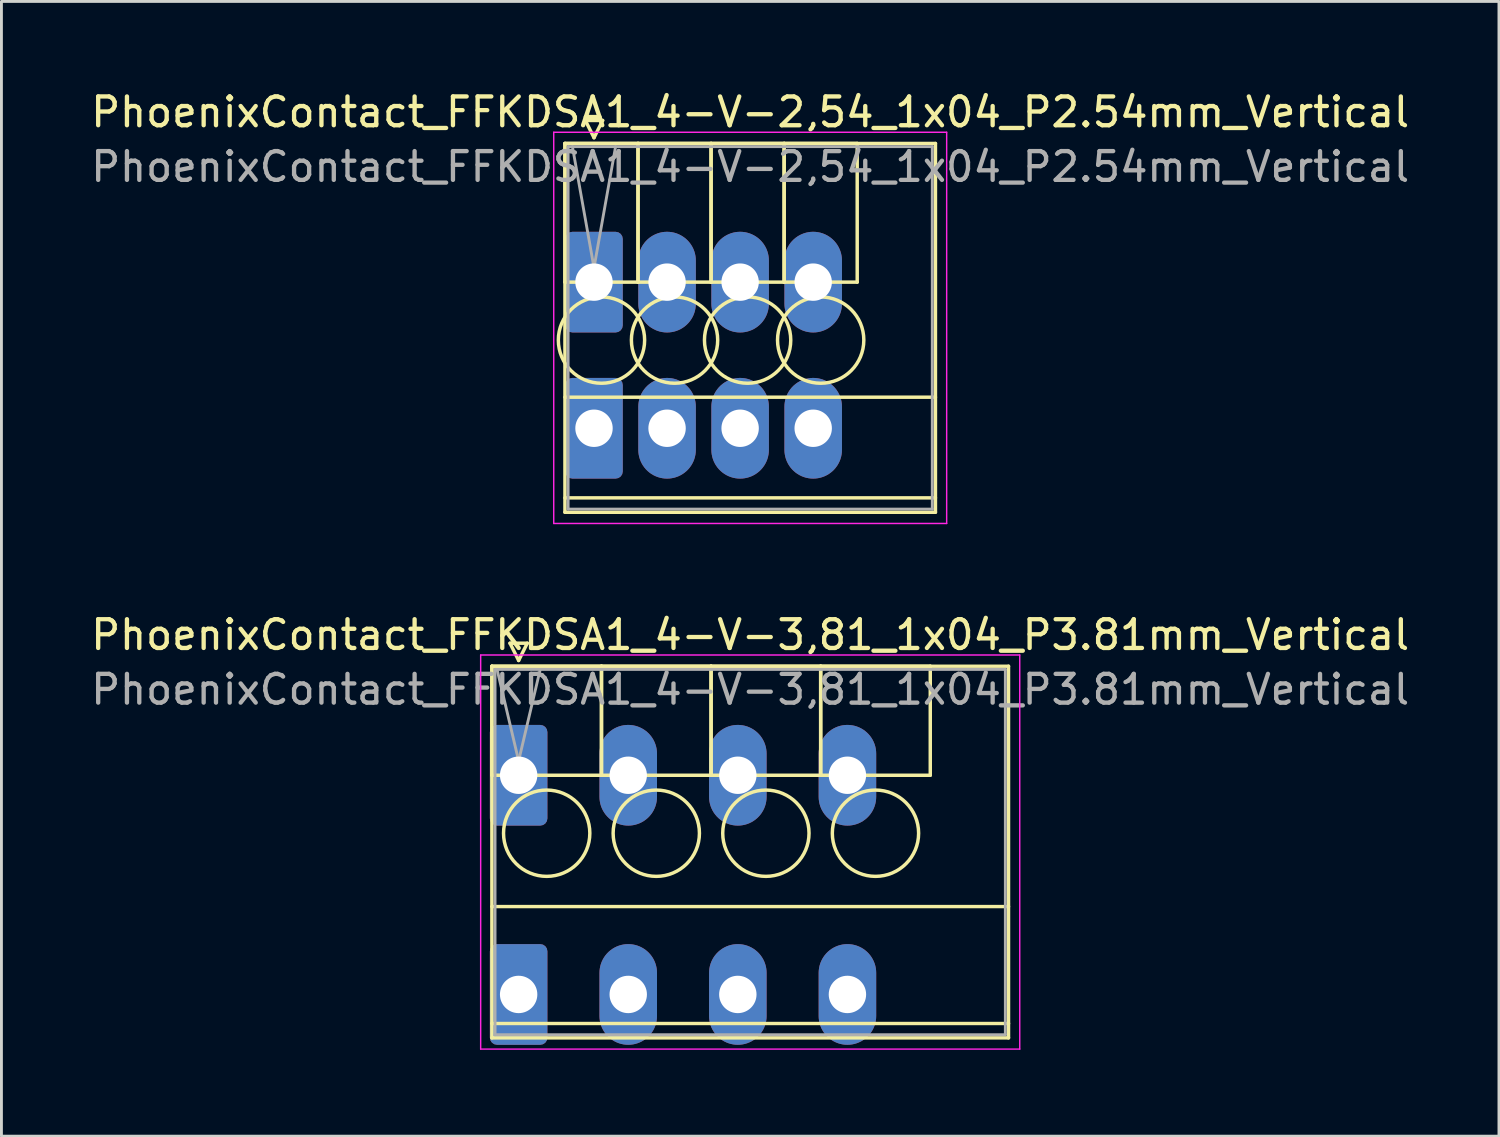
<source format=kicad_pcb>
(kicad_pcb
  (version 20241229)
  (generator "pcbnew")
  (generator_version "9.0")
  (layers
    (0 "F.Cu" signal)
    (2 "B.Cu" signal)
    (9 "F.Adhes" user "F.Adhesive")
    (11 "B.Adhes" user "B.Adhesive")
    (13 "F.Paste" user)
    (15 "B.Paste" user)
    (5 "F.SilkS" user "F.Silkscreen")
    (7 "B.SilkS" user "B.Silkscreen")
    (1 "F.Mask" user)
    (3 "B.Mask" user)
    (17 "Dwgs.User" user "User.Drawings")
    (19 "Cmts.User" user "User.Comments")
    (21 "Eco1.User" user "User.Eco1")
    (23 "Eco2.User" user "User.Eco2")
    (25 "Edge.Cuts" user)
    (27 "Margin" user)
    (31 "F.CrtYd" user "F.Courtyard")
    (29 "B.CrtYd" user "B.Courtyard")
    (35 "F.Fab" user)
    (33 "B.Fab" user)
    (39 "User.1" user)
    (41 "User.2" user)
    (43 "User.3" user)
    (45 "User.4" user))
  (footprint "PhoenixContact_FFKDSA1_4-V-2,54_1x04_P2.54mm_Vertical"
    (layer "F.Cu")
    (at 17.6 6.758)
    (property "Reference" "PhoenixContact_FFKDSA1_4-V-2,54_1x04_P2.54mm_Vertical" (at 5.43 -5.91 0) (layer "F.SilkS") (effects (font (size 1 1) (thickness 0.15))))
    (attr through_hole)
    (fp_line (start -1.01 -4.82) (end -1.01 0) (stroke (width 0.12) (type solid)) (layer "F.SilkS"))
    (fp_line (start -1.01 -4.82) (end -1.01 8) (stroke (width 0.12) (type solid)) (layer "F.SilkS"))
    (fp_line (start -1.01 0) (end 1.53 0) (stroke (width 0.12) (type solid)) (layer "F.SilkS"))
    (fp_line (start -1.01 4) (end 11.87 4) (stroke (width 0.12) (type solid)) (layer "F.SilkS"))
    (fp_line (start -1.01 7.5) (end 11.87 7.5) (stroke (width 0.12) (type solid)) (layer "F.SilkS"))
    (fp_line (start -1.01 8) (end 11.87 8) (stroke (width 0.12) (type solid)) (layer "F.SilkS"))
    (fp_line (start -0.3 -5.62) (end 0.3 -5.62) (stroke (width 0.12) (type solid)) (layer "F.SilkS"))
    (fp_line (start 0 -5.02) (end -0.3 -5.62) (stroke (width 0.12) (type solid)) (layer "F.SilkS"))
    (fp_line (start 0.3 -5.62) (end 0 -5.02) (stroke (width 0.12) (type solid)) (layer "F.SilkS"))
    (fp_line (start 1.53 -4.82) (end -1.01 -4.82) (stroke (width 0.12) (type solid)) (layer "F.SilkS"))
    (fp_line (start 1.53 -4.82) (end 1.53 0) (stroke (width 0.12) (type solid)) (layer "F.SilkS"))
    (fp_line (start 1.53 0) (end 1.53 -4.82) (stroke (width 0.12) (type solid)) (layer "F.SilkS"))
    (fp_line (start 1.53 0) (end 4.07 0) (stroke (width 0.12) (type solid)) (layer "F.SilkS"))
    (fp_line (start 4.07 -4.82) (end 1.53 -4.82) (stroke (width 0.12) (type solid)) (layer "F.SilkS"))
    (fp_line (start 4.07 -4.82) (end 4.07 0) (stroke (width 0.12) (type solid)) (layer "F.SilkS"))
    (fp_line (start 4.07 0) (end 4.07 -4.82) (stroke (width 0.12) (type solid)) (layer "F.SilkS"))
    (fp_line (start 4.07 0) (end 6.61 0) (stroke (width 0.12) (type solid)) (layer "F.SilkS"))
    (fp_line (start 6.61 -4.82) (end 4.07 -4.82) (stroke (width 0.12) (type solid)) (layer "F.SilkS"))
    (fp_line (start 6.61 -4.82) (end 6.61 0) (stroke (width 0.12) (type solid)) (layer "F.SilkS"))
    (fp_line (start 6.61 0) (end 6.61 -4.82) (stroke (width 0.12) (type solid)) (layer "F.SilkS"))
    (fp_line (start 6.61 0) (end 9.15 0) (stroke (width 0.12) (type solid)) (layer "F.SilkS"))
    (fp_line (start 9.15 -4.82) (end 6.61 -4.82) (stroke (width 0.12) (type solid)) (layer "F.SilkS"))
    (fp_line (start 9.15 0) (end 9.15 -4.82) (stroke (width 0.12) (type solid)) (layer "F.SilkS"))
    (fp_line (start 11.87 -4.82) (end -1.01 -4.82) (stroke (width 0.12) (type solid)) (layer "F.SilkS"))
    (fp_line (start 11.87 8) (end 11.87 -4.82) (stroke (width 0.12) (type solid)) (layer "F.SilkS"))
    (fp_circle (center 0.26 2.015) (end 1.76 2.015) (stroke (width 0.12) (type solid)) (fill no) (layer "F.SilkS"))
    (fp_circle (center 2.8 2.015) (end 4.3 2.015) (stroke (width 0.12) (type solid)) (fill no) (layer "F.SilkS"))
    (fp_circle (center 5.34 2.015) (end 6.84 2.015) (stroke (width 0.12) (type solid)) (fill no) (layer "F.SilkS"))
    (fp_circle (center 7.88 2.015) (end 9.38 2.015) (stroke (width 0.12) (type solid)) (fill no) (layer "F.SilkS"))
    (fp_line (start -1.4 -5.21) (end -1.4 8.39) (stroke (width 0.05) (type solid)) (layer "F.CrtYd"))
    (fp_line (start -1.4 8.39) (end 12.26 8.39) (stroke (width 0.05) (type solid)) (layer "F.CrtYd"))
    (fp_line (start 12.26 -5.21) (end -1.4 -5.21) (stroke (width 0.05) (type solid)) (layer "F.CrtYd"))
    (fp_line (start 12.26 8.39) (end 12.26 -5.21) (stroke (width 0.05) (type solid)) (layer "F.CrtYd"))
    (fp_line (start -0.9 -4.71) (end -0.9 7.89) (stroke (width 0.1) (type solid)) (layer "F.Fab"))
    (fp_line (start -0.9 7.89) (end 11.76 7.89) (stroke (width 0.1) (type solid)) (layer "F.Fab"))
    (fp_line (start 0 -0.5) (end -0.75 -4.71) (stroke (width 0.1) (type solid)) (layer "F.Fab"))
    (fp_line (start 0.75 -4.71) (end 0 -0.5) (stroke (width 0.1) (type solid)) (layer "F.Fab"))
    (fp_line (start 11.76 -4.71) (end -0.9 -4.71) (stroke (width 0.1) (type solid)) (layer "F.Fab"))
    (fp_line (start 11.76 7.89) (end 11.76 -4.71) (stroke (width 0.1) (type solid)) (layer "F.Fab"))
    (fp_text user "${REFERENCE}" (at 5.43 -4.01 0) (layer "F.Fab") (effects (font (size 1 1) (thickness 0.15))))
    (pad "1" thru_hole roundrect (at 0 0) (size 2 3.5) (drill 1.3) (layers "*.Cu" "*.Mask") (roundrect_rratio 0.125))
    (pad "1" thru_hole roundrect (at 0 5.08) (size 2 3.5) (drill 1.3) (layers "*.Cu" "*.Mask") (roundrect_rratio 0.125))
    (pad "2" thru_hole oval (at 2.54 0) (size 2 3.5) (drill 1.3) (layers "*.Cu" "*.Mask"))
    (pad "2" thru_hole oval (at 2.54 5.08) (size 2 3.5) (drill 1.3) (layers "*.Cu" "*.Mask"))
    (pad "3" thru_hole oval (at 5.08 0) (size 2 3.5) (drill 1.3) (layers "*.Cu" "*.Mask"))
    (pad "3" thru_hole oval (at 5.08 5.08) (size 2 3.5) (drill 1.3) (layers "*.Cu" "*.Mask"))
    (pad "4" thru_hole oval (at 7.62 0) (size 2 3.5) (drill 1.3) (layers "*.Cu" "*.Mask"))
    (pad "4" thru_hole oval (at 7.62 5.08) (size 2 3.5) (drill 1.3) (layers "*.Cu" "*.Mask")))
  (footprint "PhoenixContact_FFKDSA1_4-V-3,81_1x04_P3.81mm_Vertical"
    (layer "F.Cu")
    (at 14.98 23.901)
    (property "Reference" "PhoenixContact_FFKDSA1_4-V-3,81_1x04_P3.81mm_Vertical" (at 8.05 -4.88 0) (layer "F.SilkS") (effects (font (size 1 1) (thickness 0.15))))
    (attr through_hole)
    (fp_line (start -0.93 -3.79) (end -0.93 0) (stroke (width 0.12) (type solid)) (layer "F.SilkS"))
    (fp_line (start -0.93 -3.79) (end -0.93 9.13) (stroke (width 0.12) (type solid)) (layer "F.SilkS"))
    (fp_line (start -0.93 0) (end 2.88 0) (stroke (width 0.12) (type solid)) (layer "F.SilkS"))
    (fp_line (start -0.93 4.565) (end 17.03 4.565) (stroke (width 0.12) (type solid)) (layer "F.SilkS"))
    (fp_line (start -0.93 8.63) (end 17.03 8.63) (stroke (width 0.12) (type solid)) (layer "F.SilkS"))
    (fp_line (start -0.93 9.13) (end 17.03 9.13) (stroke (width 0.12) (type solid)) (layer "F.SilkS"))
    (fp_line (start -0.3 -4.59) (end 0.3 -4.59) (stroke (width 0.12) (type solid)) (layer "F.SilkS"))
    (fp_line (start 0 -3.99) (end -0.3 -4.59) (stroke (width 0.12) (type solid)) (layer "F.SilkS"))
    (fp_line (start 0.3 -4.59) (end 0 -3.99) (stroke (width 0.12) (type solid)) (layer "F.SilkS"))
    (fp_line (start 2.88 -3.79) (end -0.93 -3.79) (stroke (width 0.12) (type solid)) (layer "F.SilkS"))
    (fp_line (start 2.88 -3.79) (end 2.88 0) (stroke (width 0.12) (type solid)) (layer "F.SilkS"))
    (fp_line (start 2.88 0) (end 2.88 -3.79) (stroke (width 0.12) (type solid)) (layer "F.SilkS"))
    (fp_line (start 2.88 0) (end 6.69 0) (stroke (width 0.12) (type solid)) (layer "F.SilkS"))
    (fp_line (start 6.69 -3.79) (end 2.88 -3.79) (stroke (width 0.12) (type solid)) (layer "F.SilkS"))
    (fp_line (start 6.69 -3.79) (end 6.69 0) (stroke (width 0.12) (type solid)) (layer "F.SilkS"))
    (fp_line (start 6.69 0) (end 6.69 -3.79) (stroke (width 0.12) (type solid)) (layer "F.SilkS"))
    (fp_line (start 6.69 0) (end 10.5 0) (stroke (width 0.12) (type solid)) (layer "F.SilkS"))
    (fp_line (start 10.5 -3.79) (end 6.69 -3.79) (stroke (width 0.12) (type solid)) (layer "F.SilkS"))
    (fp_line (start 10.5 -3.79) (end 10.5 0) (stroke (width 0.12) (type solid)) (layer "F.SilkS"))
    (fp_line (start 10.5 0) (end 10.5 -3.79) (stroke (width 0.12) (type solid)) (layer "F.SilkS"))
    (fp_line (start 10.5 0) (end 14.31 0) (stroke (width 0.12) (type solid)) (layer "F.SilkS"))
    (fp_line (start 14.31 -3.79) (end 10.5 -3.79) (stroke (width 0.12) (type solid)) (layer "F.SilkS"))
    (fp_line (start 14.31 0) (end 14.31 -3.79) (stroke (width 0.12) (type solid)) (layer "F.SilkS"))
    (fp_line (start 17.03 -3.79) (end -0.93 -3.79) (stroke (width 0.12) (type solid)) (layer "F.SilkS"))
    (fp_line (start 17.03 9.13) (end 17.03 -3.79) (stroke (width 0.12) (type solid)) (layer "F.SilkS"))
    (fp_circle (center 0.975 2.015) (end 2.475 2.015) (stroke (width 0.12) (type solid)) (fill no) (layer "F.SilkS"))
    (fp_circle (center 4.785 2.015) (end 6.285 2.015) (stroke (width 0.12) (type solid)) (fill no) (layer "F.SilkS"))
    (fp_circle (center 8.595 2.015) (end 10.095 2.015) (stroke (width 0.12) (type solid)) (fill no) (layer "F.SilkS"))
    (fp_circle (center 12.405 2.015) (end 13.905 2.015) (stroke (width 0.12) (type solid)) (fill no) (layer "F.SilkS"))
    (fp_line (start -1.32 -4.18) (end -1.32 9.52) (stroke (width 0.05) (type solid)) (layer "F.CrtYd"))
    (fp_line (start -1.32 9.52) (end 17.42 9.52) (stroke (width 0.05) (type solid)) (layer "F.CrtYd"))
    (fp_line (start 17.42 -4.18) (end -1.32 -4.18) (stroke (width 0.05) (type solid)) (layer "F.CrtYd"))
    (fp_line (start 17.42 9.52) (end 17.42 -4.18) (stroke (width 0.05) (type solid)) (layer "F.CrtYd"))
    (fp_line (start -0.82 -3.68) (end -0.82 9.02) (stroke (width 0.1) (type solid)) (layer "F.Fab"))
    (fp_line (start -0.82 9.02) (end 16.92 9.02) (stroke (width 0.1) (type solid)) (layer "F.Fab"))
    (fp_line (start 0 -0.5) (end -0.75 -3.68) (stroke (width 0.1) (type solid)) (layer "F.Fab"))
    (fp_line (start 0.75 -3.68) (end 0 -0.5) (stroke (width 0.1) (type solid)) (layer "F.Fab"))
    (fp_line (start 16.92 -3.68) (end -0.82 -3.68) (stroke (width 0.1) (type solid)) (layer "F.Fab"))
    (fp_line (start 16.92 9.02) (end 16.92 -3.68) (stroke (width 0.1) (type solid)) (layer "F.Fab"))
    (fp_text user "${REFERENCE}" (at 8.05 -2.98 0) (layer "F.Fab") (effects (font (size 1 1) (thickness 0.15))))
    (pad "1" thru_hole roundrect (at 0 0) (size 2 3.5) (drill 1.3) (layers "*.Cu" "*.Mask") (roundrect_rratio 0.125))
    (pad "1" thru_hole roundrect (at 0 7.62) (size 2 3.5) (drill 1.3) (layers "*.Cu" "*.Mask") (roundrect_rratio 0.125))
    (pad "2" thru_hole oval (at 3.81 0) (size 2 3.5) (drill 1.3) (layers "*.Cu" "*.Mask"))
    (pad "2" thru_hole oval (at 3.81 7.62) (size 2 3.5) (drill 1.3) (layers "*.Cu" "*.Mask"))
    (pad "3" thru_hole oval (at 7.62 0) (size 2 3.5) (drill 1.3) (layers "*.Cu" "*.Mask"))
    (pad "3" thru_hole oval (at 7.62 7.62) (size 2 3.5) (drill 1.3) (layers "*.Cu" "*.Mask"))
    (pad "4" thru_hole oval (at 11.43 0) (size 2 3.5) (drill 1.3) (layers "*.Cu" "*.Mask"))
    (pad "4" thru_hole oval (at 11.43 7.62) (size 2 3.5) (drill 1.3) (layers "*.Cu" "*.Mask")))
  (gr_rect
    (start -3 -3)
    (end 49.06 36.447)
    (stroke (width 0.1) (type default))
    (fill no)
    (layer "Edge.Cuts")))
</source>
